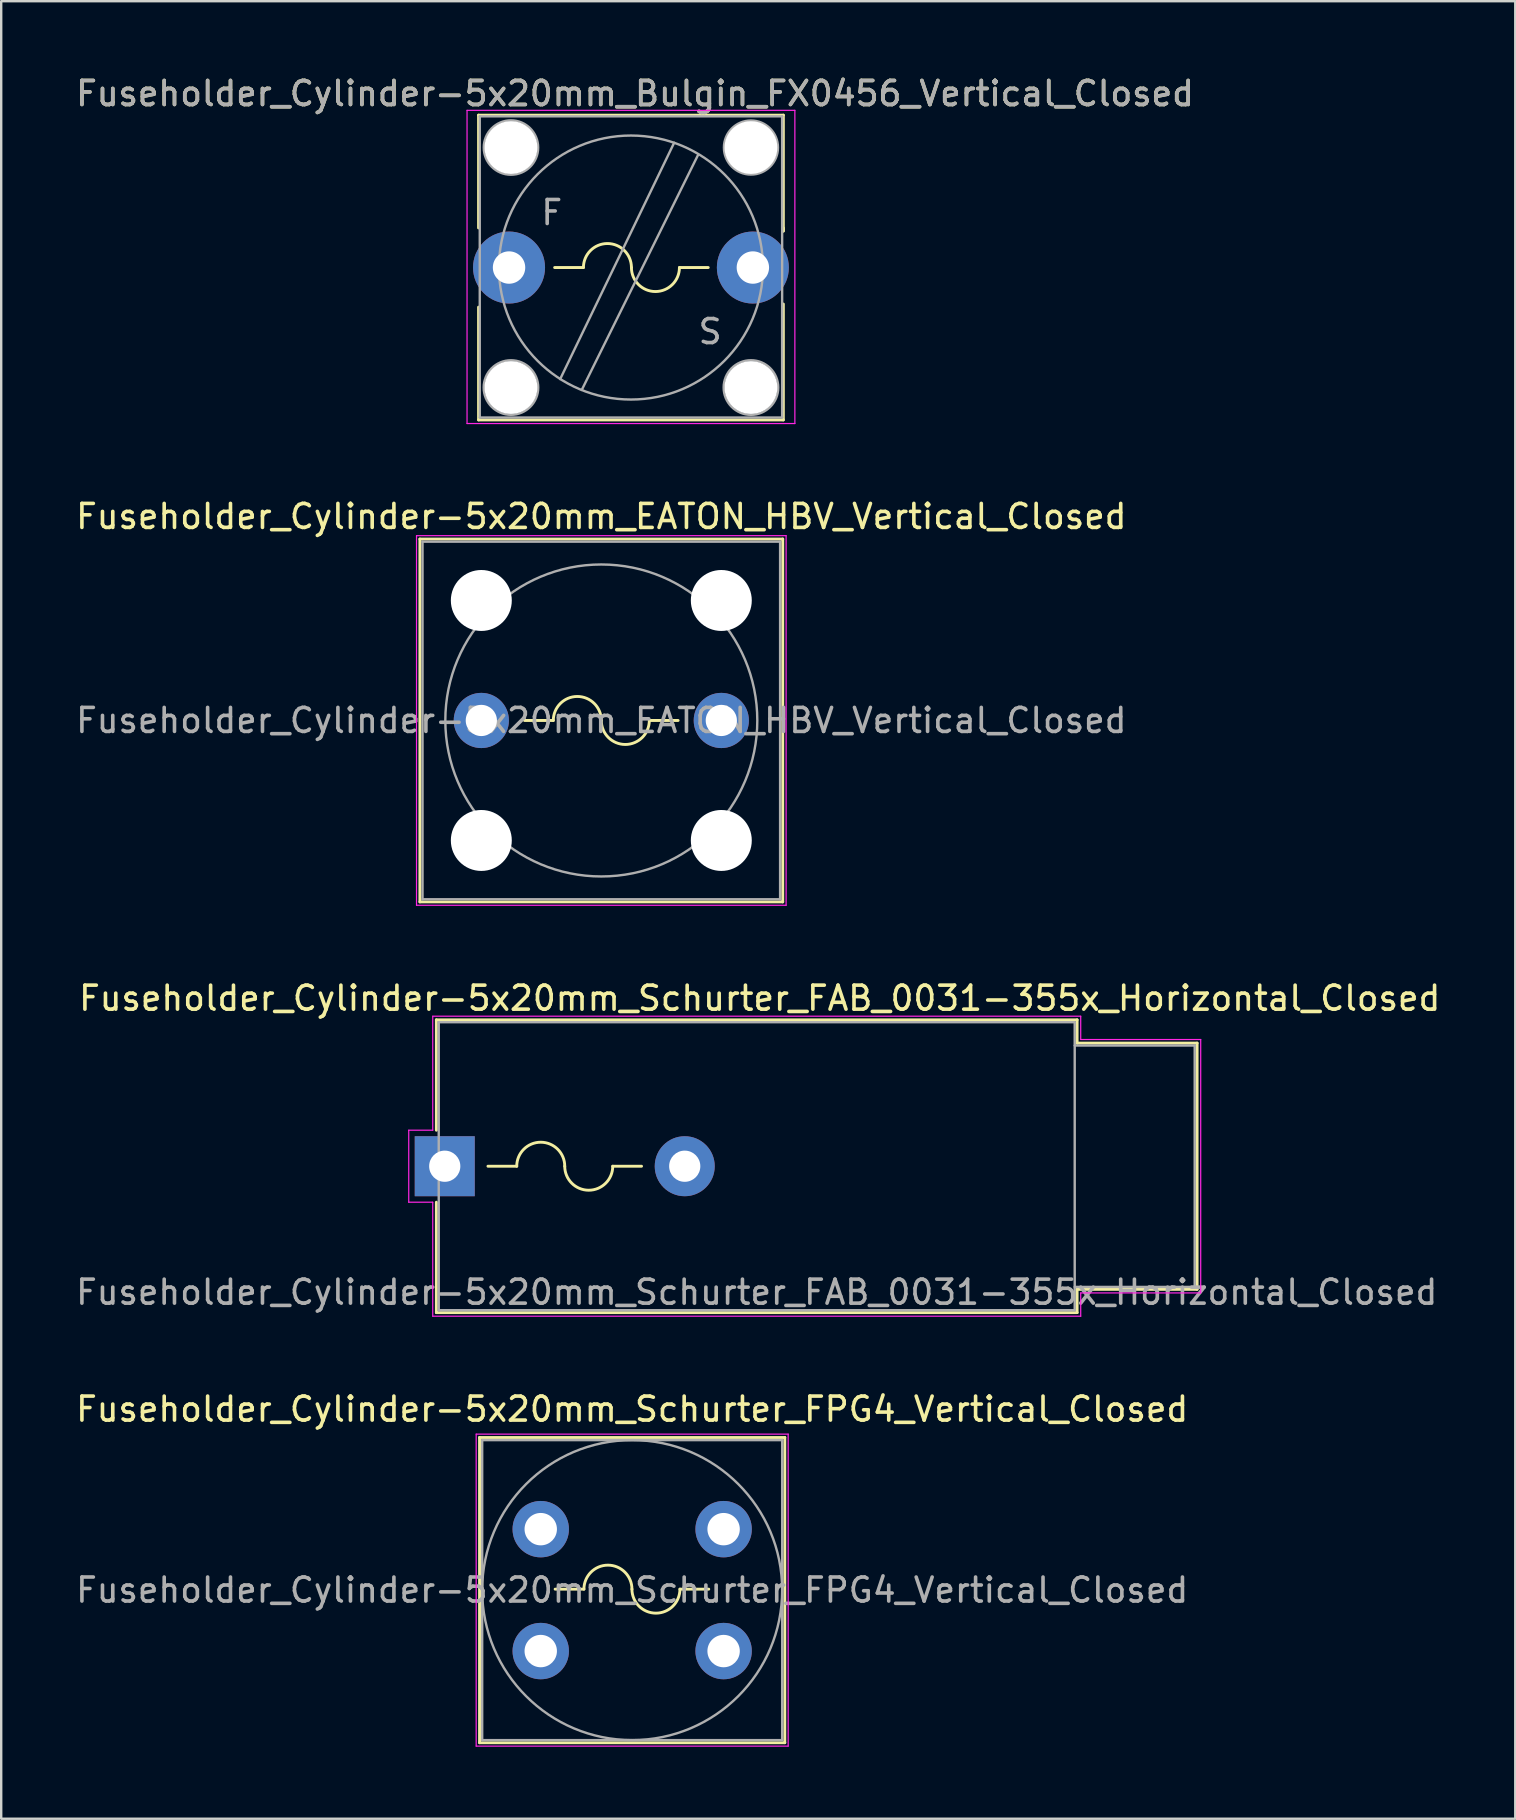
<source format=kicad_pcb>
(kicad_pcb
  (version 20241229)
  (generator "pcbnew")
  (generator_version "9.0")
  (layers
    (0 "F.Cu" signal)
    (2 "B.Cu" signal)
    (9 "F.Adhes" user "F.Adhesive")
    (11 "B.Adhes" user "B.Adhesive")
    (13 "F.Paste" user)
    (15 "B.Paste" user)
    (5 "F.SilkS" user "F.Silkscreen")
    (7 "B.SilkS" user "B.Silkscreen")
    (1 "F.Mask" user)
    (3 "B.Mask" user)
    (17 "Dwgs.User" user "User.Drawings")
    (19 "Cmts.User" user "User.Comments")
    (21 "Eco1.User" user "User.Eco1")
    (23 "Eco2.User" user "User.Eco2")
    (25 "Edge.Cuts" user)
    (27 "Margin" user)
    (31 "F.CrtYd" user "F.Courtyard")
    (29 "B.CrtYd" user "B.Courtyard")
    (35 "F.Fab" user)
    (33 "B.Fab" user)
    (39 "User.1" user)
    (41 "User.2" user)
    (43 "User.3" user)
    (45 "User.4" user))
  (footprint "Fuseholder_Cylinder-5x20mm_Schurter_FPG4_Vertical_Closed"
    (layer "F.Cu")
    (at 19.482 60.668)
    (property "Reference" "Fuseholder_Cylinder-5x20mm_Schurter_FPG4_Vertical_Closed" (at 3.81 -5 0) (layer "F.SilkS") (effects (font (size 1 1) (thickness 0.15))))
    (fp_line (start -2.55 -3.82) (end 10.17 -3.82) (stroke (width 0.12) (type solid)) (layer "F.SilkS"))
    (fp_line (start -2.55 8.9) (end -2.55 -3.82) (stroke (width 0.12) (type solid)) (layer "F.SilkS"))
    (fp_line (start 1.8 2.5) (end 0.6 2.5) (stroke (width 0.12) (type solid)) (layer "F.SilkS"))
    (fp_line (start 7 2.5) (end 5.8 2.5) (stroke (width 0.12) (type solid)) (layer "F.SilkS"))
    (fp_line (start 10.17 -3.82) (end 10.17 8.9) (stroke (width 0.12) (type solid)) (layer "F.SilkS"))
    (fp_line (start 10.17 8.9) (end -2.55 8.9) (stroke (width 0.12) (type solid)) (layer "F.SilkS"))
    (fp_arc (start 1.8 2.5) (mid 2.8 1.5) (end 3.8 2.5) (stroke (width 0.12) (type solid)) (layer "F.SilkS"))
    (fp_arc (start 5.8 2.5) (mid 4.8 3.5) (end 3.8 2.5) (stroke (width 0.12) (type solid)) (layer "F.SilkS"))
    (fp_line (start -2.69 -3.96) (end 10.31 -3.96) (stroke (width 0.05) (type solid)) (layer "F.CrtYd"))
    (fp_line (start -2.69 9.04) (end -2.69 -3.96) (stroke (width 0.05) (type solid)) (layer "F.CrtYd"))
    (fp_line (start 10.31 -3.96) (end 10.31 9.04) (stroke (width 0.05) (type solid)) (layer "F.CrtYd"))
    (fp_line (start 10.31 9.04) (end -2.69 9.04) (stroke (width 0.05) (type solid)) (layer "F.CrtYd"))
    (fp_line (start -2.44 -3.71) (end 10.06 -3.71) (stroke (width 0.1) (type solid)) (layer "F.Fab"))
    (fp_line (start -2.44 8.79) (end -2.44 -3.71) (stroke (width 0.1) (type solid)) (layer "F.Fab"))
    (fp_line (start 10.06 -3.71) (end 10.06 8.79) (stroke (width 0.1) (type solid)) (layer "F.Fab"))
    (fp_line (start 10.06 8.79) (end -2.44 8.79) (stroke (width 0.1) (type solid)) (layer "F.Fab"))
    (fp_circle (center 3.81 2.54) (end 10.06 2.54) (stroke (width 0.1) (type solid)) (fill no) (layer "F.Fab"))
    (fp_text user "${REFERENCE}" (at 3.81 2.54 0) (layer "F.Fab") (effects (font (size 1 1) (thickness 0.15))))
    (pad "1" thru_hole circle (at 0 0) (size 2.35 2.35) (drill 1.35) (layers "*.Cu" "*.Mask"))
    (pad "1" thru_hole circle (at 0 5.08) (size 2.35 2.35) (drill 1.35) (layers "*.Cu" "*.Mask"))
    (pad "2" thru_hole circle (at 7.62 0) (size 2.35 2.35) (drill 1.35) (layers "*.Cu" "*.Mask"))
    (pad "2" thru_hole circle (at 7.62 5.08) (size 2.35 2.35) (drill 1.35) (layers "*.Cu" "*.Mask")))
  (footprint "Fuseholder_Cylinder-5x20mm_Bulgin_FX0456_Vertical_Closed"
    (layer "F.Cu")
    (at 18.161 8.098)
    (property "Reference" "Fuseholder_Cylinder-5x20mm_Bulgin_FX0456_Vertical_Closed" (at 5.25 -7.25 0) (layer "F.SilkS") (effects (font (size 1 1) (thickness 0.15))))
    (fp_line (start -1.27 -6.35) (end -1.27 -1.65) (stroke (width 0.12) (type solid)) (layer "F.SilkS"))
    (fp_line (start -1.27 6.35) (end -1.27 1.65) (stroke (width 0.12) (type solid)) (layer "F.SilkS"))
    (fp_line (start -1.27 6.35) (end 11.43 6.35) (stroke (width 0.12) (type solid)) (layer "F.SilkS"))
    (fp_line (start 3.1 0) (end 1.9 0) (stroke (width 0.12) (type solid)) (layer "F.SilkS"))
    (fp_line (start 8.3 0) (end 7.1 0) (stroke (width 0.12) (type solid)) (layer "F.SilkS"))
    (fp_line (start 11.43 -6.35) (end -1.27 -6.35) (stroke (width 0.12) (type solid)) (layer "F.SilkS"))
    (fp_line (start 11.43 -6.35) (end 11.43 -1.52) (stroke (width 0.12) (type solid)) (layer "F.SilkS"))
    (fp_line (start 11.43 -1.52) (end 11.43 -1.65) (stroke (width 0.12) (type solid)) (layer "F.SilkS"))
    (fp_line (start 11.43 6.35) (end 11.43 1.52) (stroke (width 0.12) (type solid)) (layer "F.SilkS"))
    (fp_arc (start 3.1 0) (mid 4.1 -1) (end 5.1 0) (stroke (width 0.12) (type solid)) (layer "F.SilkS"))
    (fp_arc (start 7.1 0) (mid 6.1 1) (end 5.1 0) (stroke (width 0.12) (type solid)) (layer "F.SilkS"))
    (fp_line (start -1.75 -6.55) (end -1.75 6.5) (stroke (width 0.05) (type solid)) (layer "F.CrtYd"))
    (fp_line (start -1.75 -6.55) (end 11.91 -6.55) (stroke (width 0.05) (type solid)) (layer "F.CrtYd"))
    (fp_line (start 11.91 6.5) (end -1.75 6.5) (stroke (width 0.05) (type solid)) (layer "F.CrtYd"))
    (fp_line (start 11.91 6.5) (end 11.91 -6.55) (stroke (width 0.05) (type solid)) (layer "F.CrtYd"))
    (fp_line (start -1.22 -6.3) (end -1.22 6.25) (stroke (width 0.1) (type solid)) (layer "F.Fab"))
    (fp_line (start -1.22 6.25) (end 11.38 6.25) (stroke (width 0.1) (type solid)) (layer "F.Fab"))
    (fp_line (start 3.03 5.1) (end 7.88 -4.7) (stroke (width 0.1) (type solid)) (layer "F.Fab"))
    (fp_line (start 6.88 -5.2) (end 2.13 4.65) (stroke (width 0.1) (type solid)) (layer "F.Fab"))
    (fp_line (start 11.38 -6.3) (end -1.22 -6.3) (stroke (width 0.1) (type solid)) (layer "F.Fab"))
    (fp_line (start 11.38 6.25) (end 11.38 -6.3) (stroke (width 0.1) (type solid)) (layer "F.Fab"))
    (fp_circle (center 0.08 -5) (end 0.48 -3.94) (stroke (width 0.1) (type solid)) (fill no) (layer "F.Fab"))
    (fp_circle (center 0.08 5) (end 0.58 6.02) (stroke (width 0.1) (type solid)) (fill no) (layer "F.Fab"))
    (fp_circle (center 5.08 0) (end 5.13 5.5) (stroke (width 0.1) (type solid)) (fill no) (layer "F.Fab"))
    (fp_circle (center 10.08 -5) (end 10.46 -3.94) (stroke (width 0.1) (type solid)) (fill no) (layer "F.Fab"))
    (fp_circle (center 10.08 5) (end 10.64 5.99) (stroke (width 0.1) (type solid)) (fill no) (layer "F.Fab"))
    (fp_text user "F" (at 1.78 -2.29 0) (layer "F.Fab") (effects (font (size 1 1) (thickness 0.15))))
    (fp_text user "${REFERENCE}" (at 5.25 -7.25 0) (layer "F.Fab") (effects (font (size 1 1) (thickness 0.15))))
    (fp_text user "S" (at 8.38 2.67 0) (layer "F.Fab") (effects (font (size 1 1) (thickness 0.15))))
    (pad "" np_thru_hole circle (at 0.08 -5) (size 2.2 2.2) (drill 2.2) (layers "*.Cu" "*.Mask"))
    (pad "" np_thru_hole circle (at 0.08 5) (size 2.2 2.2) (drill 2.2) (layers "*.Cu" "*.Mask"))
    (pad "" np_thru_hole circle (at 10.08 -5) (size 2.2 2.2) (drill 2.2) (layers "*.Cu" "*.Mask"))
    (pad "" np_thru_hole circle (at 10.08 5) (size 2.2 2.2) (drill 2.2) (layers "*.Cu" "*.Mask"))
    (pad "1" thru_hole circle (at 0 0) (size 3 3) (drill 1.35) (layers "*.Cu" "*.Mask"))
    (pad "2" thru_hole circle (at 10.16 0) (size 3 3) (drill 1.35) (layers "*.Cu" "*.Mask")))
  (footprint "Fuseholder_Cylinder-5x20mm_EATON_HBV_Vertical_Closed"
    (layer "F.Cu")
    (at 17.006 26.971)
    (property "Reference" "Fuseholder_Cylinder-5x20mm_EATON_HBV_Vertical_Closed" (at 5 -8.5 0) (layer "F.SilkS") (effects (font (size 1 1) (thickness 0.15))))
    (fp_line (start -2.56 -7.56) (end 12.56 -7.56) (stroke (width 0.12) (type solid)) (layer "F.SilkS"))
    (fp_line (start -2.56 7.56) (end -2.56 -7.56) (stroke (width 0.12) (type solid)) (layer "F.SilkS"))
    (fp_line (start 3 0) (end 1.8 0) (stroke (width 0.12) (type solid)) (layer "F.SilkS"))
    (fp_line (start 8.2 0) (end 7 0) (stroke (width 0.12) (type solid)) (layer "F.SilkS"))
    (fp_line (start 12.56 -7.56) (end 12.56 7.56) (stroke (width 0.12) (type solid)) (layer "F.SilkS"))
    (fp_line (start 12.56 7.56) (end -2.56 7.56) (stroke (width 0.12) (type solid)) (layer "F.SilkS"))
    (fp_arc (start 3 0) (mid 4 -1) (end 5 0) (stroke (width 0.12) (type solid)) (layer "F.SilkS"))
    (fp_arc (start 7 0) (mid 6 1) (end 5 0) (stroke (width 0.12) (type solid)) (layer "F.SilkS"))
    (fp_line (start -2.7 -7.7) (end 12.7 -7.7) (stroke (width 0.05) (type solid)) (layer "F.CrtYd"))
    (fp_line (start -2.7 7.7) (end -2.7 -7.7) (stroke (width 0.05) (type solid)) (layer "F.CrtYd"))
    (fp_line (start 12.7 -7.7) (end 12.7 7.7) (stroke (width 0.05) (type solid)) (layer "F.CrtYd"))
    (fp_line (start 12.7 7.7) (end -2.7 7.7) (stroke (width 0.05) (type solid)) (layer "F.CrtYd"))
    (fp_line (start -2.45 -7.45) (end 12.45 -7.45) (stroke (width 0.1) (type solid)) (layer "F.Fab"))
    (fp_line (start -2.45 7.45) (end -2.45 -7.45) (stroke (width 0.1) (type solid)) (layer "F.Fab"))
    (fp_line (start 12.45 -7.45) (end 12.45 7.45) (stroke (width 0.1) (type solid)) (layer "F.Fab"))
    (fp_line (start 12.45 7.45) (end -2.45 7.45) (stroke (width 0.1) (type solid)) (layer "F.Fab"))
    (fp_circle (center 5 0) (end 11.5 0) (stroke (width 0.1) (type solid)) (fill no) (layer "F.Fab"))
    (fp_text user "${REFERENCE}" (at 5 0 0) (layer "F.Fab") (effects (font (size 1 1) (thickness 0.15))))
    (pad "" np_thru_hole circle (at 0 -5) (size 2.54 2.54) (drill 2.54) (layers "*.Cu" "*.Mask"))
    (pad "" np_thru_hole circle (at 0 5) (size 2.54 2.54) (drill 2.54) (layers "*.Cu" "*.Mask"))
    (pad "" np_thru_hole circle (at 10 -5) (size 2.54 2.54) (drill 2.54) (layers "*.Cu" "*.Mask"))
    (pad "" np_thru_hole circle (at 10 5) (size 2.54 2.54) (drill 2.54) (layers "*.Cu" "*.Mask"))
    (pad "1" thru_hole circle (at 0 0) (size 2.3 2.3) (drill 1.3) (layers "*.Cu" "*.Mask"))
    (pad "2" thru_hole circle (at 10 0) (size 2.3 2.3) (drill 1.3) (layers "*.Cu" "*.Mask")))
  (footprint "Fuseholder_Cylinder-5x20mm_Schurter_FAB_0031-355x_Horizontal_Closed"
    (layer "F.Cu")
    (at 15.482 45.545)
    (property "Reference" "Fuseholder_Cylinder-5x20mm_Schurter_FAB_0031-355x_Horizontal_Closed" (at 13.125 -7 0) (layer "F.SilkS") (effects (font (size 1 1) (thickness 0.15))))
    (fp_line (start -0.35 -6.1) (end -0.35 -1.5) (stroke (width 0.12) (type solid)) (layer "F.SilkS"))
    (fp_line (start -0.35 1.5) (end -0.35 6.1) (stroke (width 0.12) (type solid)) (layer "F.SilkS"))
    (fp_line (start -0.35 6.1) (end 26.35 6.1) (stroke (width 0.12) (type solid)) (layer "F.SilkS"))
    (fp_line (start 3 0) (end 1.8 0) (stroke (width 0.12) (type solid)) (layer "F.SilkS"))
    (fp_line (start 8.2 0) (end 7 0) (stroke (width 0.12) (type solid)) (layer "F.SilkS"))
    (fp_line (start 26.35 -6.1) (end -0.35 -6.1) (stroke (width 0.12) (type solid)) (layer "F.SilkS"))
    (fp_line (start 26.35 -5.13) (end 26.35 -6.1) (stroke (width 0.12) (type solid)) (layer "F.SilkS"))
    (fp_line (start 26.35 -5.13) (end 31.35 -5.13) (stroke (width 0.12) (type solid)) (layer "F.SilkS"))
    (fp_line (start 26.35 5.13) (end 26.35 6.1) (stroke (width 0.12) (type solid)) (layer "F.SilkS"))
    (fp_line (start 31.35 -5.13) (end 31.35 5.13) (stroke (width 0.12) (type solid)) (layer "F.SilkS"))
    (fp_line (start 31.35 5.13) (end 26.35 5.13) (stroke (width 0.12) (type solid)) (layer "F.SilkS"))
    (fp_arc (start 3 0) (mid 4 -1) (end 5 0) (stroke (width 0.12) (type solid)) (layer "F.SilkS"))
    (fp_arc (start 7 0) (mid 6 1) (end 5 0) (stroke (width 0.12) (type solid)) (layer "F.SilkS"))
    (fp_line (start -1.5 -1.5) (end -1.5 1.5) (stroke (width 0.05) (type solid)) (layer "F.CrtYd"))
    (fp_line (start -1.5 1.5) (end -0.5 1.5) (stroke (width 0.05) (type solid)) (layer "F.CrtYd"))
    (fp_line (start -0.5 -6.25) (end -0.5 -1.5) (stroke (width 0.05) (type solid)) (layer "F.CrtYd"))
    (fp_line (start -0.5 -6.25) (end 26.5 -6.25) (stroke (width 0.05) (type solid)) (layer "F.CrtYd"))
    (fp_line (start -0.5 -1.5) (end -1.5 -1.5) (stroke (width 0.05) (type solid)) (layer "F.CrtYd"))
    (fp_line (start -0.5 1.5) (end -0.5 6.25) (stroke (width 0.05) (type solid)) (layer "F.CrtYd"))
    (fp_line (start 26.5 -6.25) (end 26.5 -5.28) (stroke (width 0.05) (type solid)) (layer "F.CrtYd"))
    (fp_line (start 26.5 5.28) (end 26.5 6.25) (stroke (width 0.05) (type solid)) (layer "F.CrtYd"))
    (fp_line (start 26.5 5.28) (end 31.5 5.28) (stroke (width 0.05) (type solid)) (layer "F.CrtYd"))
    (fp_line (start 26.5 6.25) (end -0.5 6.25) (stroke (width 0.05) (type solid)) (layer "F.CrtYd"))
    (fp_line (start 31.5 -5.28) (end 26.5 -5.28) (stroke (width 0.05) (type solid)) (layer "F.CrtYd"))
    (fp_line (start 31.5 5.28) (end 31.5 -5.28) (stroke (width 0.05) (type solid)) (layer "F.CrtYd"))
    (fp_line (start -0.25 -6) (end 26.25 -6) (stroke (width 0.1) (type solid)) (layer "F.Fab"))
    (fp_line (start -0.25 6) (end -0.25 -6) (stroke (width 0.1) (type solid)) (layer "F.Fab"))
    (fp_line (start 26.25 -6) (end 26.25 6) (stroke (width 0.1) (type solid)) (layer "F.Fab"))
    (fp_line (start 26.25 -5.03) (end 31.25 -5.03) (stroke (width 0.1) (type solid)) (layer "F.Fab"))
    (fp_line (start 26.25 6) (end -0.25 6) (stroke (width 0.1) (type solid)) (layer "F.Fab"))
    (fp_line (start 31.25 -5.03) (end 31.25 5.03) (stroke (width 0.1) (type solid)) (layer "F.Fab"))
    (fp_line (start 31.25 5.03) (end 26.25 5.03) (stroke (width 0.1) (type solid)) (layer "F.Fab"))
    (fp_text user "${REFERENCE}" (at 13 5.25 0) (layer "F.Fab") (effects (font (size 1 1) (thickness 0.15))))
    (pad "1" thru_hole rect (at 0 0) (size 2.5 2.5) (drill 1.3) (layers "*.Cu" "*.Mask"))
    (pad "2" thru_hole circle (at 10 0) (size 2.5 2.5) (drill 1.3) (layers "*.Cu" "*.Mask")))
  (gr_rect
    (start -3 -3)
    (end 60.089 72.733)
    (stroke (width 0.1) (type default))
    (fill no)
    (layer "Edge.Cuts")))
</source>
